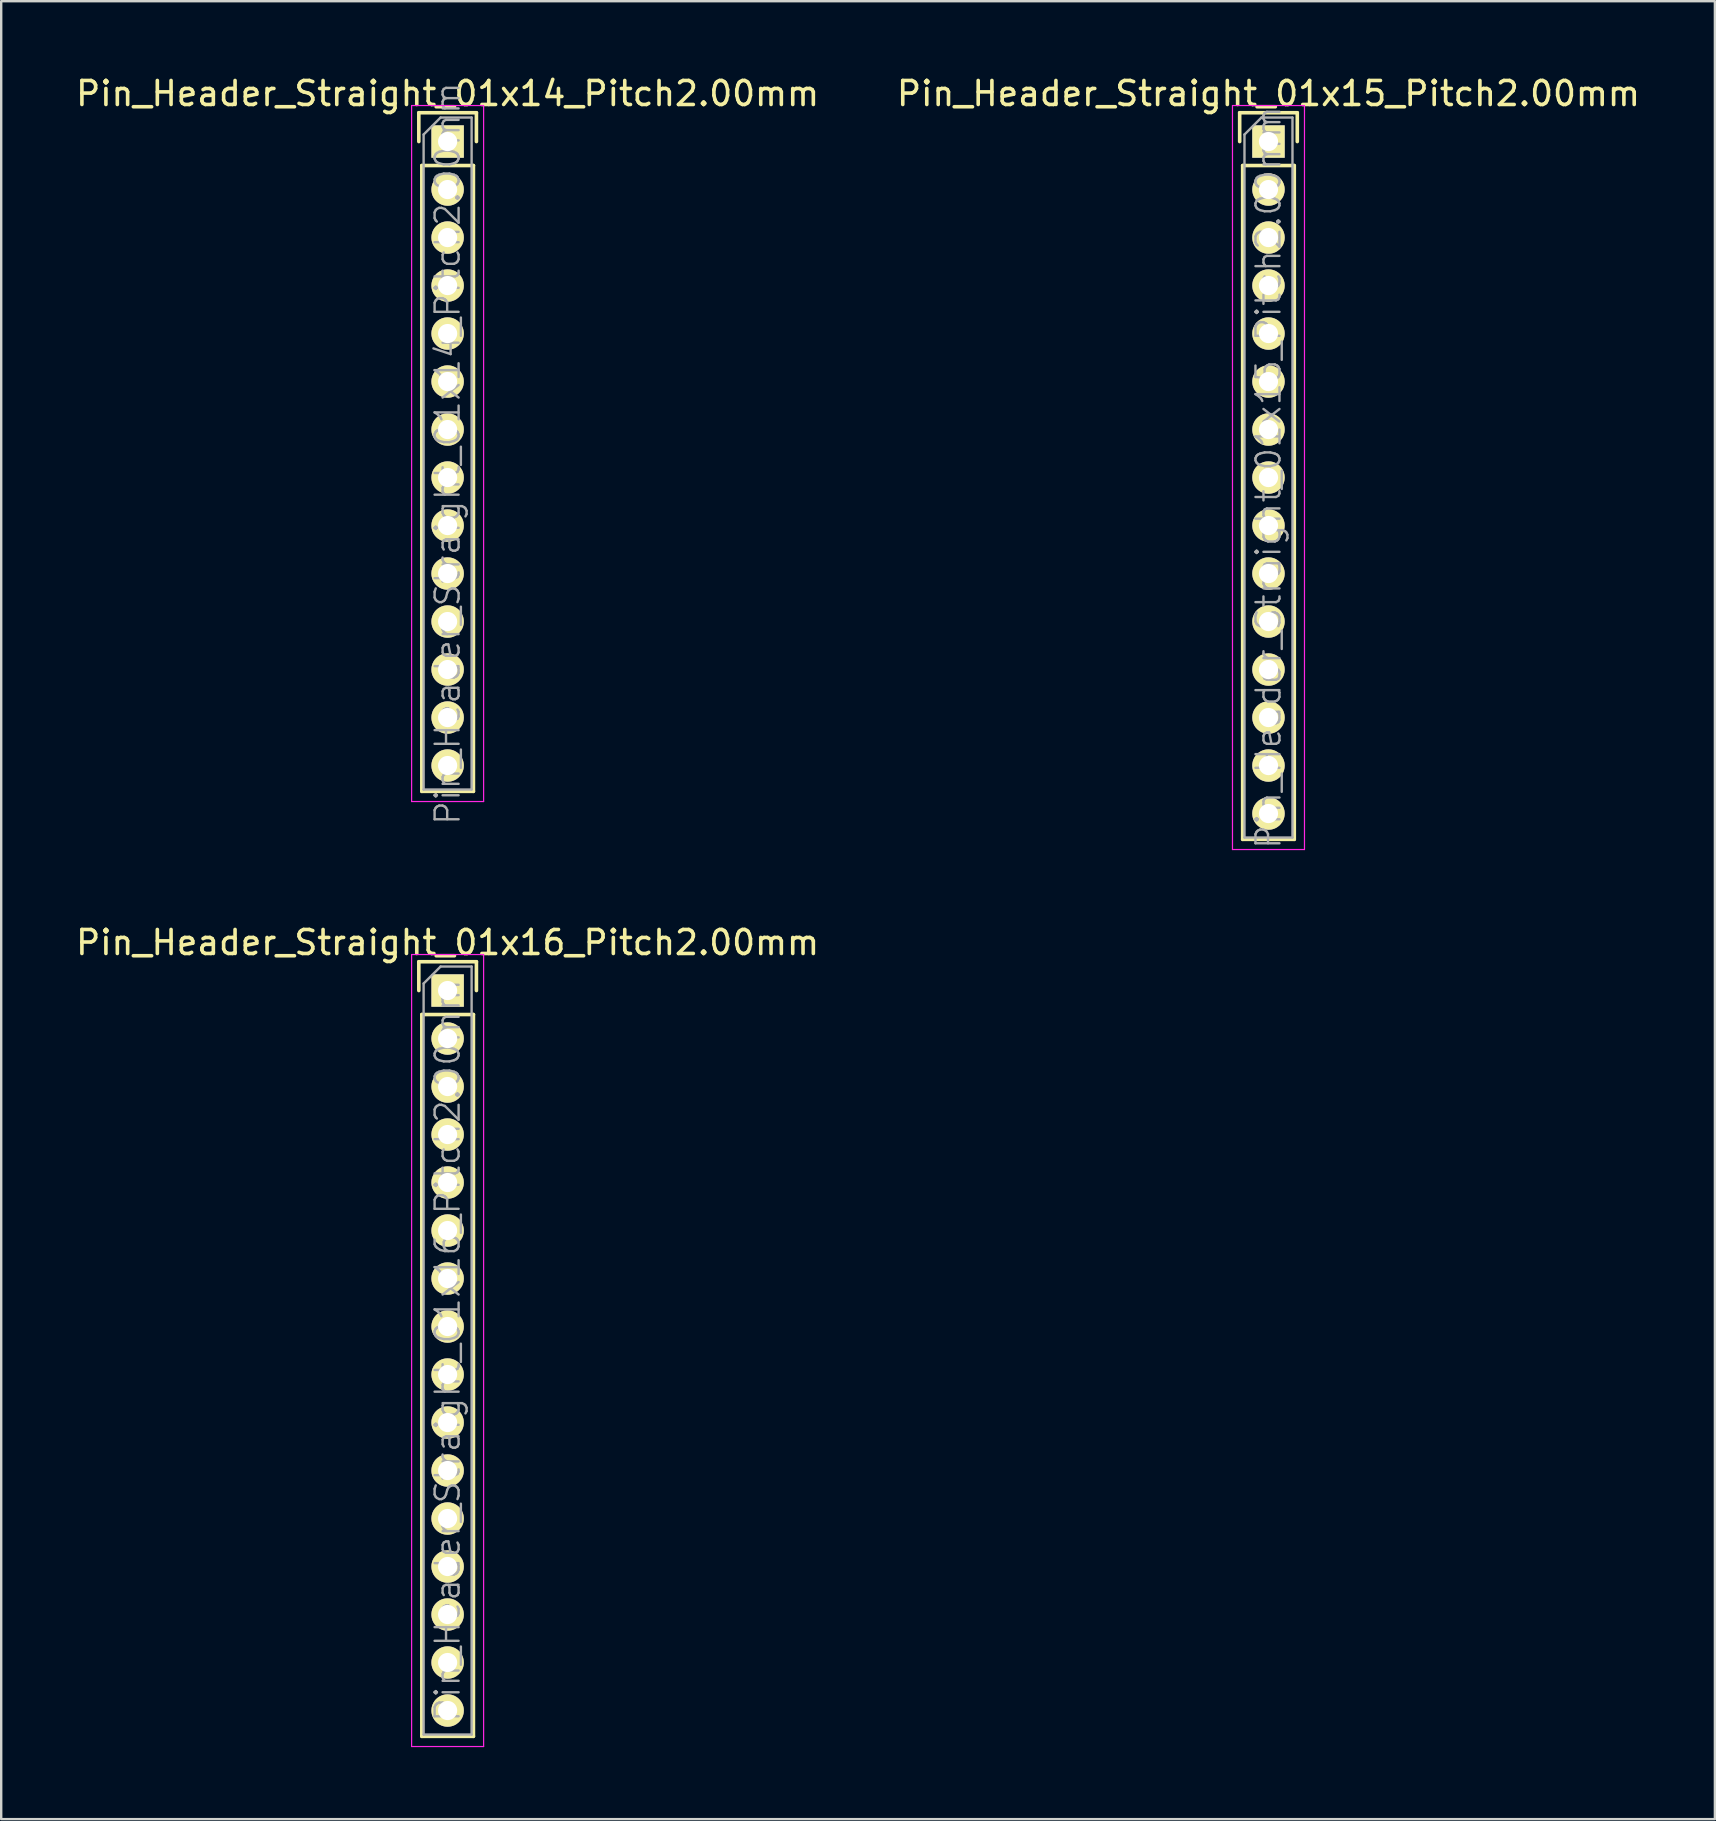
<source format=kicad_pcb>
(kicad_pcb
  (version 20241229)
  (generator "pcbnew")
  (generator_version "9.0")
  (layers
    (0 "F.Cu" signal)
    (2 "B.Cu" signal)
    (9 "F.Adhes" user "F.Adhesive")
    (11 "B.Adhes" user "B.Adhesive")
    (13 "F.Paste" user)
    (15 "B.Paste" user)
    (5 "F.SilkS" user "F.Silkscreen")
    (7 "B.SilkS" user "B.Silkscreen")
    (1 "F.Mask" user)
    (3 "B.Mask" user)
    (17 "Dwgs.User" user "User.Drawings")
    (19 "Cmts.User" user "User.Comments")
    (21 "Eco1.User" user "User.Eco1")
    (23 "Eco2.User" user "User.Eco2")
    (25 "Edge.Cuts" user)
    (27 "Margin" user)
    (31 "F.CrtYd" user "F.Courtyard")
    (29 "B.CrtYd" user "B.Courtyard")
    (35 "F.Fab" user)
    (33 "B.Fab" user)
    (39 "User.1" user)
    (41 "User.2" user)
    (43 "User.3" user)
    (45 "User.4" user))
  (footprint "Pin_Header_Straight_01x15_Pitch2.00mm"
    (layer "F.Cu")
    (at 49.804 2.848)
    (property "Reference" "Pin_Header_Straight_01x15_Pitch2.00mm" (at 0 -2 0) (layer "F.SilkS") (effects (font (size 1 1) (thickness 0.15))))
    (attr smd)
    (fp_line (start -1.2 -1.2) (end -1.2 0) (stroke (width 0.15) (type solid)) (layer "F.SilkS"))
    (fp_line (start -1.2 -1.2) (end 1.2 -1.2) (stroke (width 0.15) (type solid)) (layer "F.SilkS"))
    (fp_line (start -1.075 1) (end -1.075 29.075) (stroke (width 0.15) (type solid)) (layer "F.SilkS"))
    (fp_line (start -1.075 1) (end 1.075 1) (stroke (width 0.15) (type solid)) (layer "F.SilkS"))
    (fp_line (start -1.075 29.075) (end 1.075 29.075) (stroke (width 0.15) (type solid)) (layer "F.SilkS"))
    (fp_line (start 1.075 1) (end 1.075 29.075) (stroke (width 0.15) (type solid)) (layer "F.SilkS"))
    (fp_line (start 1.2 -1.2) (end 1.2 0) (stroke (width 0.15) (type solid)) (layer "F.SilkS"))
    (fp_line (start -1.5 -1.5) (end -1.5 29.5) (stroke (width 0.05) (type solid)) (layer "F.CrtYd"))
    (fp_line (start 1.5 -1.5) (end -1.5 -1.5) (stroke (width 0.05) (type solid)) (layer "F.CrtYd"))
    (fp_line (start 1.5 -1.5) (end 1.5 29.5) (stroke (width 0.05) (type solid)) (layer "F.CrtYd"))
    (fp_line (start 1.5 29.5) (end -1.5 29.5) (stroke (width 0.05) (type solid)) (layer "F.CrtYd"))
    (fp_line (start -1 -0.293) (end -0.293 -1) (stroke (width 0.1) (type solid)) (layer "F.Fab"))
    (fp_line (start -1 29) (end -1 -0.293) (stroke (width 0.1) (type solid)) (layer "F.Fab"))
    (fp_line (start 1 -1) (end -0.293 -1) (stroke (width 0.1) (type solid)) (layer "F.Fab"))
    (fp_line (start 1 29) (end -1 29) (stroke (width 0.1) (type solid)) (layer "F.Fab"))
    (fp_line (start 1 29) (end 1 -1) (stroke (width 0.1) (type solid)) (layer "F.Fab"))
    (fp_text user "${REFERENCE}" (at 0 14 90) (layer "F.Fab") (effects (font (size 1 1) (thickness 0.1))))
    (pad "1" thru_hole rect (at 0 0) (size 1.35 1.35) (drill 0.8) (layers "*.Cu" "*.Mask" "F.SilkS"))
    (pad "2" thru_hole oval (at 0 2) (size 1.35 1.35) (drill 0.8) (layers "*.Cu" "*.Mask" "F.SilkS"))
    (pad "3" thru_hole oval (at 0 4) (size 1.35 1.35) (drill 0.8) (layers "*.Cu" "*.Mask" "F.SilkS"))
    (pad "4" thru_hole oval (at 0 6) (size 1.35 1.35) (drill 0.8) (layers "*.Cu" "*.Mask" "F.SilkS"))
    (pad "5" thru_hole oval (at 0 8) (size 1.35 1.35) (drill 0.8) (layers "*.Cu" "*.Mask" "F.SilkS"))
    (pad "6" thru_hole oval (at 0 10) (size 1.35 1.35) (drill 0.8) (layers "*.Cu" "*.Mask" "F.SilkS"))
    (pad "7" thru_hole oval (at 0 12) (size 1.35 1.35) (drill 0.8) (layers "*.Cu" "*.Mask" "F.SilkS"))
    (pad "8" thru_hole oval (at 0 14) (size 1.35 1.35) (drill 0.8) (layers "*.Cu" "*.Mask" "F.SilkS"))
    (pad "9" thru_hole oval (at 0 16) (size 1.35 1.35) (drill 0.8) (layers "*.Cu" "*.Mask" "F.SilkS"))
    (pad "10" thru_hole oval (at 0 18) (size 1.35 1.35) (drill 0.8) (layers "*.Cu" "*.Mask" "F.SilkS"))
    (pad "11" thru_hole oval (at 0 20) (size 1.35 1.35) (drill 0.8) (layers "*.Cu" "*.Mask" "F.SilkS"))
    (pad "12" thru_hole oval (at 0 22) (size 1.35 1.35) (drill 0.8) (layers "*.Cu" "*.Mask" "F.SilkS"))
    (pad "13" thru_hole oval (at 0 24) (size 1.35 1.35) (drill 0.8) (layers "*.Cu" "*.Mask" "F.SilkS"))
    (pad "14" thru_hole oval (at 0 26) (size 1.35 1.35) (drill 0.8) (layers "*.Cu" "*.Mask" "F.SilkS"))
    (pad "15" thru_hole oval (at 0 28) (size 1.35 1.35) (drill 0.8) (layers "*.Cu" "*.Mask" "F.SilkS")))
  (footprint "Pin_Header_Straight_01x14_Pitch2.00mm"
    (layer "F.Cu")
    (at 15.601 2.848)
    (property "Reference" "Pin_Header_Straight_01x14_Pitch2.00mm" (at 0 -2 0) (layer "F.SilkS") (effects (font (size 1 1) (thickness 0.15))))
    (attr smd)
    (fp_line (start -1.2 -1.2) (end -1.2 0) (stroke (width 0.15) (type solid)) (layer "F.SilkS"))
    (fp_line (start -1.2 -1.2) (end 1.2 -1.2) (stroke (width 0.15) (type solid)) (layer "F.SilkS"))
    (fp_line (start -1.075 1) (end -1.075 27.075) (stroke (width 0.15) (type solid)) (layer "F.SilkS"))
    (fp_line (start -1.075 1) (end 1.075 1) (stroke (width 0.15) (type solid)) (layer "F.SilkS"))
    (fp_line (start -1.075 27.075) (end 1.075 27.075) (stroke (width 0.15) (type solid)) (layer "F.SilkS"))
    (fp_line (start 1.075 1) (end 1.075 27.075) (stroke (width 0.15) (type solid)) (layer "F.SilkS"))
    (fp_line (start 1.2 -1.2) (end 1.2 0) (stroke (width 0.15) (type solid)) (layer "F.SilkS"))
    (fp_line (start -1.5 -1.5) (end -1.5 27.5) (stroke (width 0.05) (type solid)) (layer "F.CrtYd"))
    (fp_line (start 1.5 -1.5) (end -1.5 -1.5) (stroke (width 0.05) (type solid)) (layer "F.CrtYd"))
    (fp_line (start 1.5 -1.5) (end 1.5 27.5) (stroke (width 0.05) (type solid)) (layer "F.CrtYd"))
    (fp_line (start 1.5 27.5) (end -1.5 27.5) (stroke (width 0.05) (type solid)) (layer "F.CrtYd"))
    (fp_line (start -1 -0.293) (end -0.293 -1) (stroke (width 0.1) (type solid)) (layer "F.Fab"))
    (fp_line (start -1 27) (end -1 -0.293) (stroke (width 0.1) (type solid)) (layer "F.Fab"))
    (fp_line (start 1 -1) (end -0.293 -1) (stroke (width 0.1) (type solid)) (layer "F.Fab"))
    (fp_line (start 1 27) (end -1 27) (stroke (width 0.1) (type solid)) (layer "F.Fab"))
    (fp_line (start 1 27) (end 1 -1) (stroke (width 0.1) (type solid)) (layer "F.Fab"))
    (fp_text user "${REFERENCE}" (at 0 13 90) (layer "F.Fab") (effects (font (size 1 1) (thickness 0.1))))
    (pad "1" thru_hole rect (at 0 0) (size 1.35 1.35) (drill 0.8) (layers "*.Cu" "*.Mask" "F.SilkS"))
    (pad "2" thru_hole oval (at 0 2) (size 1.35 1.35) (drill 0.8) (layers "*.Cu" "*.Mask" "F.SilkS"))
    (pad "3" thru_hole oval (at 0 4) (size 1.35 1.35) (drill 0.8) (layers "*.Cu" "*.Mask" "F.SilkS"))
    (pad "4" thru_hole oval (at 0 6) (size 1.35 1.35) (drill 0.8) (layers "*.Cu" "*.Mask" "F.SilkS"))
    (pad "5" thru_hole oval (at 0 8) (size 1.35 1.35) (drill 0.8) (layers "*.Cu" "*.Mask" "F.SilkS"))
    (pad "6" thru_hole oval (at 0 10) (size 1.35 1.35) (drill 0.8) (layers "*.Cu" "*.Mask" "F.SilkS"))
    (pad "7" thru_hole oval (at 0 12) (size 1.35 1.35) (drill 0.8) (layers "*.Cu" "*.Mask" "F.SilkS"))
    (pad "8" thru_hole oval (at 0 14) (size 1.35 1.35) (drill 0.8) (layers "*.Cu" "*.Mask" "F.SilkS"))
    (pad "9" thru_hole oval (at 0 16) (size 1.35 1.35) (drill 0.8) (layers "*.Cu" "*.Mask" "F.SilkS"))
    (pad "10" thru_hole oval (at 0 18) (size 1.35 1.35) (drill 0.8) (layers "*.Cu" "*.Mask" "F.SilkS"))
    (pad "11" thru_hole oval (at 0 20) (size 1.35 1.35) (drill 0.8) (layers "*.Cu" "*.Mask" "F.SilkS"))
    (pad "12" thru_hole oval (at 0 22) (size 1.35 1.35) (drill 0.8) (layers "*.Cu" "*.Mask" "F.SilkS"))
    (pad "13" thru_hole oval (at 0 24) (size 1.35 1.35) (drill 0.8) (layers "*.Cu" "*.Mask" "F.SilkS"))
    (pad "14" thru_hole oval (at 0 26) (size 1.35 1.35) (drill 0.8) (layers "*.Cu" "*.Mask" "F.SilkS")))
  (footprint "Pin_Header_Straight_01x16_Pitch2.00mm"
    (layer "F.Cu")
    (at 15.601 38.223)
    (property "Reference" "Pin_Header_Straight_01x16_Pitch2.00mm" (at 0 -2 0) (layer "F.SilkS") (effects (font (size 1 1) (thickness 0.15))))
    (attr smd)
    (fp_line (start -1.2 -1.2) (end -1.2 0) (stroke (width 0.15) (type solid)) (layer "F.SilkS"))
    (fp_line (start -1.2 -1.2) (end 1.2 -1.2) (stroke (width 0.15) (type solid)) (layer "F.SilkS"))
    (fp_line (start -1.075 1) (end -1.075 31.075) (stroke (width 0.15) (type solid)) (layer "F.SilkS"))
    (fp_line (start -1.075 1) (end 1.075 1) (stroke (width 0.15) (type solid)) (layer "F.SilkS"))
    (fp_line (start -1.075 31.075) (end 1.075 31.075) (stroke (width 0.15) (type solid)) (layer "F.SilkS"))
    (fp_line (start 1.075 1) (end 1.075 31.075) (stroke (width 0.15) (type solid)) (layer "F.SilkS"))
    (fp_line (start 1.2 -1.2) (end 1.2 0) (stroke (width 0.15) (type solid)) (layer "F.SilkS"))
    (fp_line (start -1.5 -1.5) (end -1.5 31.5) (stroke (width 0.05) (type solid)) (layer "F.CrtYd"))
    (fp_line (start 1.5 -1.5) (end -1.5 -1.5) (stroke (width 0.05) (type solid)) (layer "F.CrtYd"))
    (fp_line (start 1.5 -1.5) (end 1.5 31.5) (stroke (width 0.05) (type solid)) (layer "F.CrtYd"))
    (fp_line (start 1.5 31.5) (end -1.5 31.5) (stroke (width 0.05) (type solid)) (layer "F.CrtYd"))
    (fp_line (start -1 -0.293) (end -0.293 -1) (stroke (width 0.1) (type solid)) (layer "F.Fab"))
    (fp_line (start -1 31) (end -1 -0.293) (stroke (width 0.1) (type solid)) (layer "F.Fab"))
    (fp_line (start 1 -1) (end -0.293 -1) (stroke (width 0.1) (type solid)) (layer "F.Fab"))
    (fp_line (start 1 31) (end -1 31) (stroke (width 0.1) (type solid)) (layer "F.Fab"))
    (fp_line (start 1 31) (end 1 -1) (stroke (width 0.1) (type solid)) (layer "F.Fab"))
    (fp_text user "${REFERENCE}" (at 0 15 90) (layer "F.Fab") (effects (font (size 1 1) (thickness 0.1))))
    (pad "1" thru_hole rect (at 0 0) (size 1.35 1.35) (drill 0.8) (layers "*.Cu" "*.Mask" "F.SilkS"))
    (pad "2" thru_hole oval (at 0 2) (size 1.35 1.35) (drill 0.8) (layers "*.Cu" "*.Mask" "F.SilkS"))
    (pad "3" thru_hole oval (at 0 4) (size 1.35 1.35) (drill 0.8) (layers "*.Cu" "*.Mask" "F.SilkS"))
    (pad "4" thru_hole oval (at 0 6) (size 1.35 1.35) (drill 0.8) (layers "*.Cu" "*.Mask" "F.SilkS"))
    (pad "5" thru_hole oval (at 0 8) (size 1.35 1.35) (drill 0.8) (layers "*.Cu" "*.Mask" "F.SilkS"))
    (pad "6" thru_hole oval (at 0 10) (size 1.35 1.35) (drill 0.8) (layers "*.Cu" "*.Mask" "F.SilkS"))
    (pad "7" thru_hole oval (at 0 12) (size 1.35 1.35) (drill 0.8) (layers "*.Cu" "*.Mask" "F.SilkS"))
    (pad "8" thru_hole oval (at 0 14) (size 1.35 1.35) (drill 0.8) (layers "*.Cu" "*.Mask" "F.SilkS"))
    (pad "9" thru_hole oval (at 0 16) (size 1.35 1.35) (drill 0.8) (layers "*.Cu" "*.Mask" "F.SilkS"))
    (pad "10" thru_hole oval (at 0 18) (size 1.35 1.35) (drill 0.8) (layers "*.Cu" "*.Mask" "F.SilkS"))
    (pad "11" thru_hole oval (at 0 20) (size 1.35 1.35) (drill 0.8) (layers "*.Cu" "*.Mask" "F.SilkS"))
    (pad "12" thru_hole oval (at 0 22) (size 1.35 1.35) (drill 0.8) (layers "*.Cu" "*.Mask" "F.SilkS"))
    (pad "13" thru_hole oval (at 0 24) (size 1.35 1.35) (drill 0.8) (layers "*.Cu" "*.Mask" "F.SilkS"))
    (pad "14" thru_hole oval (at 0 26) (size 1.35 1.35) (drill 0.8) (layers "*.Cu" "*.Mask" "F.SilkS"))
    (pad "15" thru_hole oval (at 0 28) (size 1.35 1.35) (drill 0.8) (layers "*.Cu" "*.Mask" "F.SilkS"))
    (pad "16" thru_hole oval (at 0 30) (size 1.35 1.35) (drill 0.8) (layers "*.Cu" "*.Mask" "F.SilkS")))
  (gr_rect
    (start -3 -3)
    (end 68.405 72.748)
    (stroke (width 0.1) (type default))
    (fill no)
    (layer "Edge.Cuts")))
</source>
